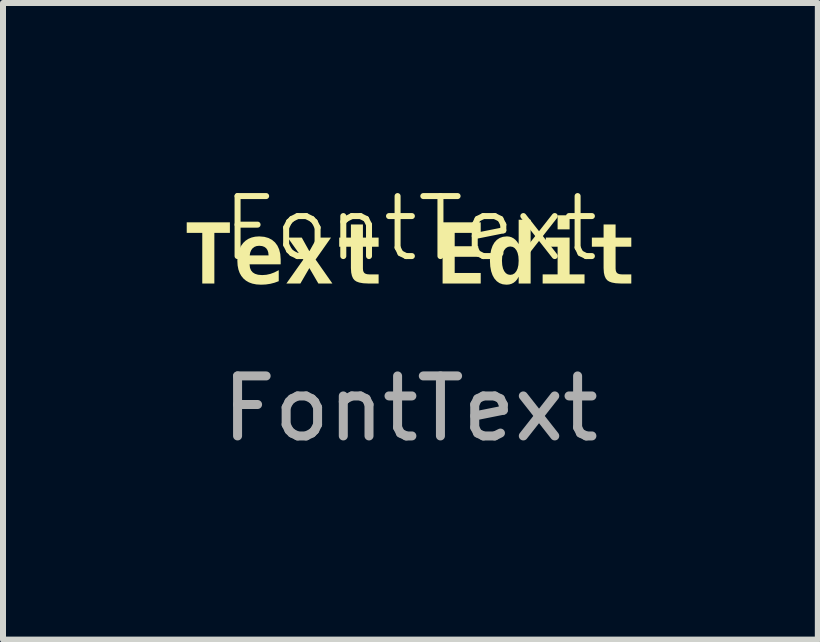
<source format=kicad_pcb>
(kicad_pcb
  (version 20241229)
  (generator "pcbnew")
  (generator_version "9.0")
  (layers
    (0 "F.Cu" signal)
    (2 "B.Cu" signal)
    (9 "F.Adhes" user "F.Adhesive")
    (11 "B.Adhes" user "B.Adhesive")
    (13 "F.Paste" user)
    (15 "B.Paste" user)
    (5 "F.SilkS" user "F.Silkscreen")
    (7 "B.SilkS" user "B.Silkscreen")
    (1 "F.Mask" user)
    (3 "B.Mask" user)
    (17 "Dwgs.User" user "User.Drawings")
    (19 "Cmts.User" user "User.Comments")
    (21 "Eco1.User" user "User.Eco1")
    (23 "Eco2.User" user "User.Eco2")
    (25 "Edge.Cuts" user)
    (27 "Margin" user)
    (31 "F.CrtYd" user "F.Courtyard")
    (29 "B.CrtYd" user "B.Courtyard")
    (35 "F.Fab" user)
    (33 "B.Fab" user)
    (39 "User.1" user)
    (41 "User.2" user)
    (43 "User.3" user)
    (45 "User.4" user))
  (footprint "FontText"
    (layer "F.Cu")
    (at 3.79 1.26)
    (property "Reference" "FontText" (at 0 -0.5 0) (unlocked yes) (layer "F.SilkS") (effects (font (size 1 1) (thickness 0.1))))
    (fp_text user "Text Edit" (at 0 0 0) (unlocked yes) (layer "F.SilkS") (effects (font (face "DejaVu Sans Mono") (size 1 1) (thickness 0.2) (bold yes))))
    (fp_text user "${REFERENCE}" (at 0 2.5 0) (unlocked yes) (layer "F.Fab") (effects (font (size 1 1) (thickness 0.15)))))
  (gr_rect
    (start -3 -3)
    (end 10.579 7.609)
    (stroke (width 0.1) (type default))
    (fill no)
    (layer "Edge.Cuts")))
</source>
